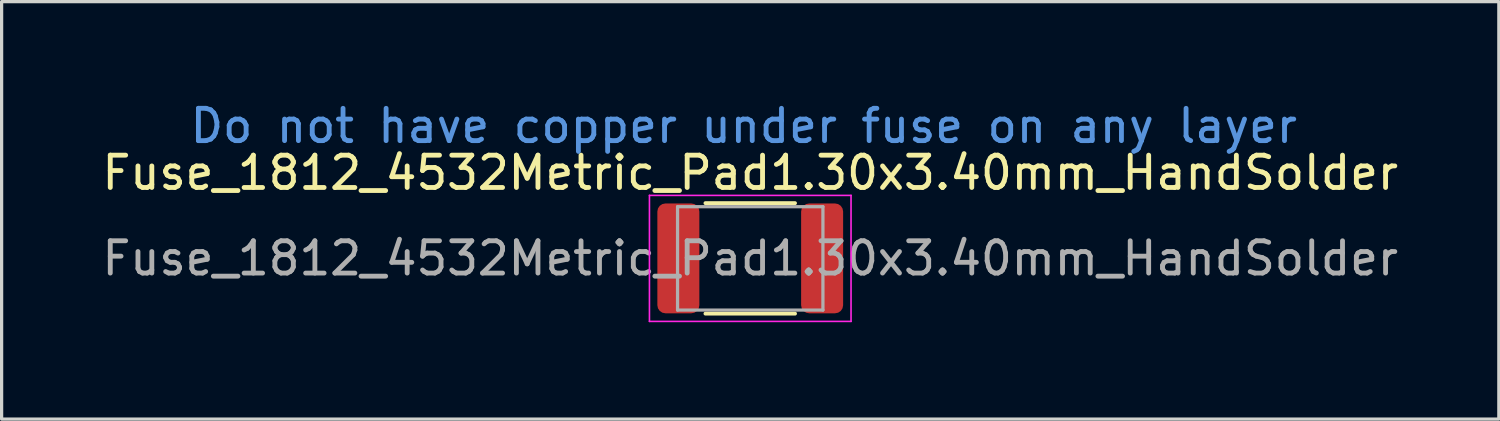
<source format=kicad_pcb>
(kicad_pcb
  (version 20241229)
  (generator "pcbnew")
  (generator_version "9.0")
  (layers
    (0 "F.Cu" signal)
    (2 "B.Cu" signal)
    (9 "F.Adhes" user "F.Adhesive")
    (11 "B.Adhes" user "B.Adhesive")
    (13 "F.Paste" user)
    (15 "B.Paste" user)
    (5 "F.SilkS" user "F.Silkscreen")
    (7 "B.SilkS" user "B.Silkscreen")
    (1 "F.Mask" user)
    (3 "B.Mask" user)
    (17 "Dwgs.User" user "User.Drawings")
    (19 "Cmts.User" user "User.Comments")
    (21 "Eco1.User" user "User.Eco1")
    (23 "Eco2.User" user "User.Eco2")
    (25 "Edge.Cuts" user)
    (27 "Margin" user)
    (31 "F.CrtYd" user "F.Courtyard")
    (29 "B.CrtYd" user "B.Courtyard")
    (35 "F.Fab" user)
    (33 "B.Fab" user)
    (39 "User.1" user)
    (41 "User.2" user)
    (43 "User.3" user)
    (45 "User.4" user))
  (footprint "Fuse_1812_4532Metric_Pad1.30x3.40mm_HandSolder"
    (layer "F.Cu")
    (at 20.173 4.948)
    (property "Reference" "Fuse_1812_4532Metric_Pad1.30x3.40mm_HandSolder" (at 0 -2.65 0) (layer "F.SilkS") (effects (font (size 1 1) (thickness 0.15))))
    (attr smd)
    (fp_line (start -1.386 -1.71) (end 1.386 -1.71) (stroke (width 0.12) (type solid)) (layer "F.SilkS"))
    (fp_line (start -1.386 1.71) (end 1.386 1.71) (stroke (width 0.12) (type solid)) (layer "F.SilkS"))
    (fp_line (start -3.12 -1.95) (end 3.12 -1.95) (stroke (width 0.05) (type solid)) (layer "F.CrtYd"))
    (fp_line (start -3.12 1.95) (end -3.12 -1.95) (stroke (width 0.05) (type solid)) (layer "F.CrtYd"))
    (fp_line (start 3.12 -1.95) (end 3.12 1.95) (stroke (width 0.05) (type solid)) (layer "F.CrtYd"))
    (fp_line (start 3.12 1.95) (end -3.12 1.95) (stroke (width 0.05) (type solid)) (layer "F.CrtYd"))
    (fp_line (start -2.25 -1.6) (end 2.25 -1.6) (stroke (width 0.1) (type solid)) (layer "F.Fab"))
    (fp_line (start -2.25 1.6) (end -2.25 -1.6) (stroke (width 0.1) (type solid)) (layer "F.Fab"))
    (fp_line (start 2.25 -1.6) (end 2.25 1.6) (stroke (width 0.1) (type solid)) (layer "F.Fab"))
    (fp_line (start 2.25 1.6) (end -2.25 1.6) (stroke (width 0.1) (type solid)) (layer "F.Fab"))
    (fp_text user "Do not have copper under fuse on any layer" (at -0.2 -4.1 0) (layer "Cmts.User") (effects (font (size 1 1) (thickness 0.15))))
    (fp_text user "${REFERENCE}" (at 0 0 0) (layer "F.Fab") (effects (font (size 1 1) (thickness 0.15))))
    (pad "1" smd roundrect (at -2.225 0) (size 1.3 3.4) (layers "F.Cu" "F.Mask" "F.Paste") (roundrect_rratio 0.192))
    (pad "2" smd roundrect (at 2.225 0) (size 1.3 3.4) (layers "F.Cu" "F.Mask" "F.Paste") (roundrect_rratio 0.192)))
  (gr_rect
    (start -3 -3)
    (end 43.345 9.923)
    (stroke (width 0.1) (type default))
    (fill no)
    (layer "Edge.Cuts")))
</source>
